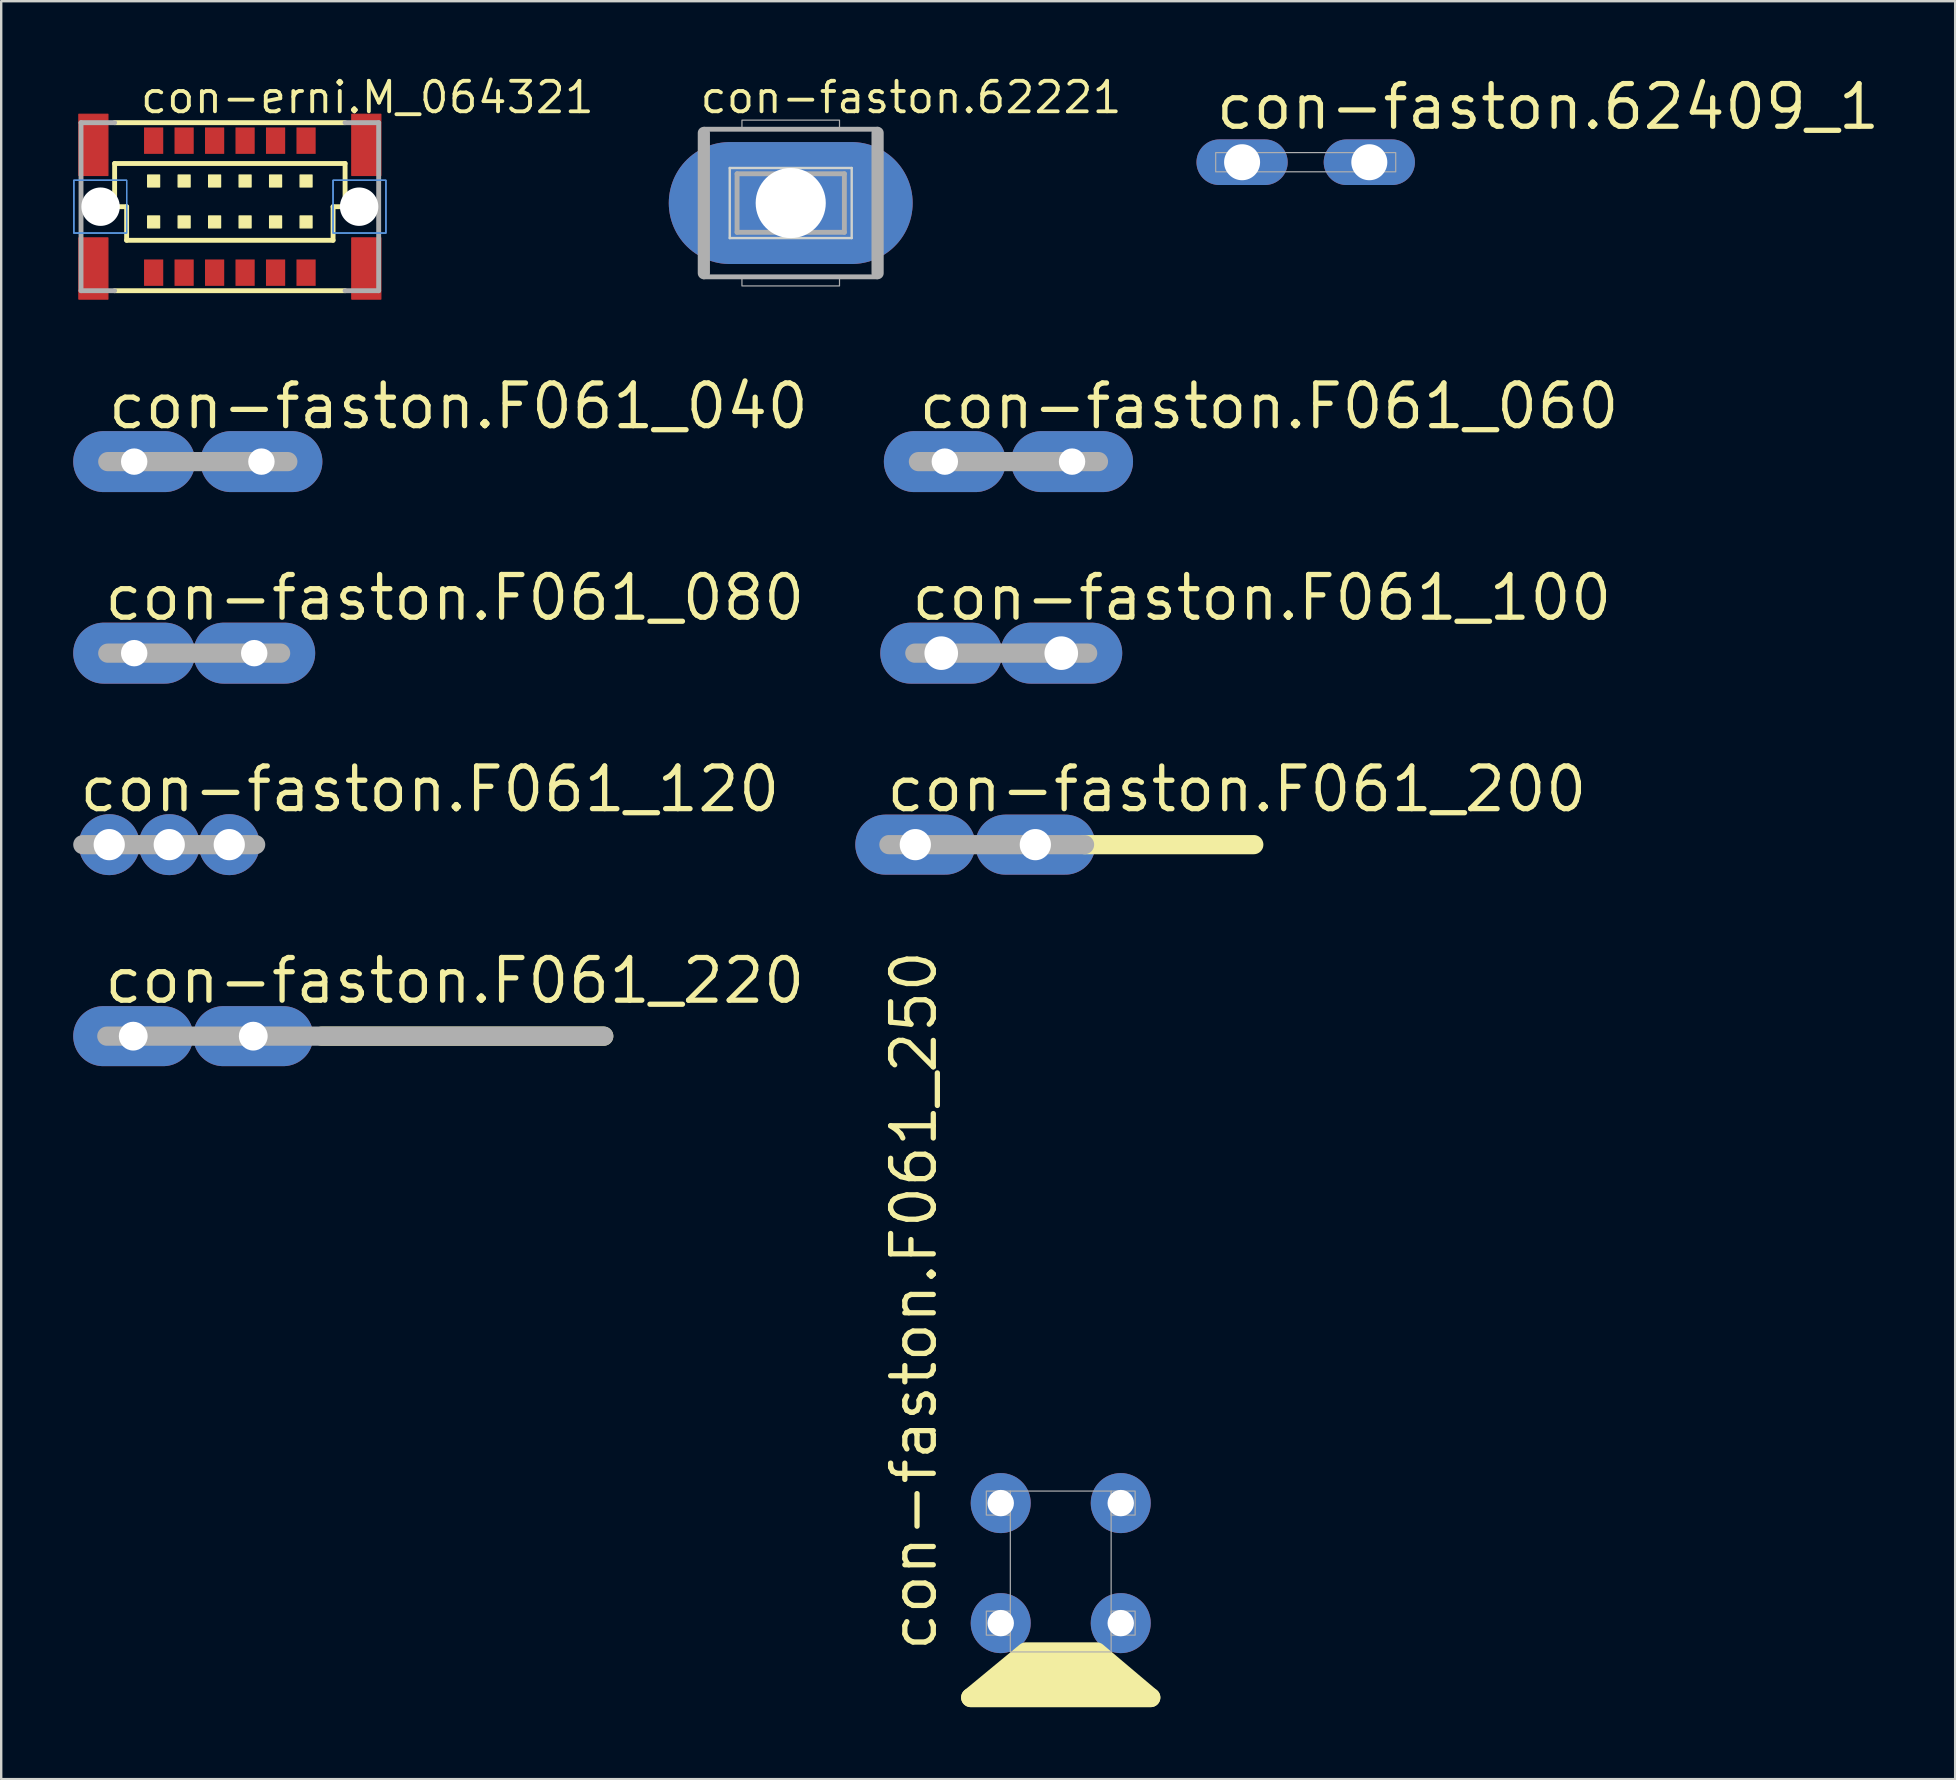
<source format=kicad_pcb>
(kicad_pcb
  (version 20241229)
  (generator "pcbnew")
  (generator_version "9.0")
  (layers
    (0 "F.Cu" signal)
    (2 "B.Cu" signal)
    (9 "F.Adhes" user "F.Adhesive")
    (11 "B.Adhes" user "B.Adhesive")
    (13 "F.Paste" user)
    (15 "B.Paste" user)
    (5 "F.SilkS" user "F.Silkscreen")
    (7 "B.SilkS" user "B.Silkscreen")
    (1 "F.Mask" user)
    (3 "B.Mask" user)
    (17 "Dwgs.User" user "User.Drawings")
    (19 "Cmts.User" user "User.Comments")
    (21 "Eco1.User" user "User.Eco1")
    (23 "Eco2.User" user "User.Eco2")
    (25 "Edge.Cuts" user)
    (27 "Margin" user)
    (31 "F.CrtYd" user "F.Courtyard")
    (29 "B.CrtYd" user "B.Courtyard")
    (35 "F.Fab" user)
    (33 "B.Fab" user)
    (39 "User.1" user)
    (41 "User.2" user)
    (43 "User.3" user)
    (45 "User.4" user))
  (footprint "con-faston.F061_100"
    (layer "F.Cu")
    (at 38.66 24.159)
    (property "Reference" "con-faston.F061_100" (at -3.85 -1.27 0) (layer "F.SilkS") (effects (font (size 1.778 1.778) (thickness 0.22)) (justify left bottom)))
    (attr through_hole)
    (fp_line (start -3.6 0) (end 3.6 0) (stroke (width 0.8) (type default)) (layer "F.Fab"))
    (pad "A1" thru_hole oval (at -2.5 0) (size 5.08 2.54) (drill 1.4) (layers "*.Cu" "*.Mask"))
    (pad "A2" thru_hole oval (at 2.5 0) (size 5.08 2.54) (drill 1.4) (layers "*.Cu" "*.Mask")))
  (footprint "con-faston.F061_080"
    (layer "F.Cu")
    (at 5.04 24.159)
    (property "Reference" "con-faston.F061_080" (at -3.85 -1.27 0) (layer "F.SilkS") (effects (font (size 1.778 1.778) (thickness 0.22)) (justify left bottom)))
    (attr through_hole)
    (fp_line (start -3.6 0) (end 3.6 0) (stroke (width 0.8) (type default)) (layer "F.Fab"))
    (pad "1A" thru_hole oval (at -2.5 0) (size 5.08 2.54) (drill 1.1) (layers "*.Cu" "*.Mask"))
    (pad "1B" thru_hole oval (at 2.5 0) (size 5.08 2.54) (drill 1.1) (layers "*.Cu" "*.Mask")))
  (footprint "con-erni.M_064321"
    (layer "F.Cu")
    (at 6.525 5.56)
    (property "Reference" "con-erni.M_064321" (at -3.81 -3.81 0) (layer "F.SilkS") (effects (font (size 1.27 1.27) (thickness 0.16)) (justify left bottom)))
    (attr smd)
    (fp_rect (start -6.29 -1.3) (end -5.08 -3.85) (stroke (width 0.05) (type default)) (fill yes) (layer "F.Cu"))
    (fp_rect (start -6.29 3.85) (end -5.08 1.3) (stroke (width 0.05) (type default)) (fill yes) (layer "F.Cu"))
    (fp_rect (start 5.08 -1.3) (end 6.29 -3.85) (stroke (width 0.05) (type default)) (fill yes) (layer "F.Cu"))
    (fp_rect (start 5.08 3.85) (end 6.29 1.3) (stroke (width 0.05) (type default)) (fill yes) (layer "F.Cu"))
    (fp_rect (start -6.338 -1.262) (end -5.05 -3.888) (stroke (width 0.05) (type default)) (fill yes) (layer "F.Mask"))
    (fp_rect (start -6.325 3.888) (end -5.037 1.262) (stroke (width 0.05) (type default)) (fill yes) (layer "F.Mask"))
    (fp_rect (start 5.038 -1.262) (end 6.325 -3.888) (stroke (width 0.05) (type default)) (fill yes) (layer "F.Mask"))
    (fp_rect (start 5.038 3.888) (end 6.325 1.262) (stroke (width 0.05) (type default)) (fill yes) (layer "F.Mask"))
    (fp_line (start -4.8 -3.5) (end 4.8 -3.5) (stroke (width 0.203) (type default)) (layer "F.SilkS"))
    (fp_line (start -4.8 -1.8) (end 4.8 -1.8) (stroke (width 0.203) (type default)) (layer "F.SilkS"))
    (fp_line (start -4.8 0) (end -4.8 -1.8) (stroke (width 0.203) (type default)) (layer "F.SilkS"))
    (fp_line (start -4.3 0) (end -4.8 0) (stroke (width 0.203) (type default)) (layer "F.SilkS"))
    (fp_line (start -4.3 1.4) (end -4.3 0) (stroke (width 0.203) (type default)) (layer "F.SilkS"))
    (fp_line (start 4.3 0) (end 4.3 1.4) (stroke (width 0.203) (type default)) (layer "F.SilkS"))
    (fp_line (start 4.3 1.4) (end -4.3 1.4) (stroke (width 0.203) (type default)) (layer "F.SilkS"))
    (fp_line (start 4.8 -1.8) (end 4.8 0) (stroke (width 0.203) (type default)) (layer "F.SilkS"))
    (fp_line (start 4.8 0) (end 4.3 0) (stroke (width 0.203) (type default)) (layer "F.SilkS"))
    (fp_line (start 4.8 3.5) (end -4.8 3.5) (stroke (width 0.203) (type default)) (layer "F.SilkS"))
    (fp_rect (start -3.425 -0.82) (end -2.925 -1.32) (stroke (width 0.05) (type default)) (fill yes) (layer "F.SilkS"))
    (fp_rect (start -3.425 0.885) (end -2.925 0.385) (stroke (width 0.05) (type default)) (fill yes) (layer "F.SilkS"))
    (fp_rect (start -2.155 -0.82) (end -1.655 -1.32) (stroke (width 0.05) (type default)) (fill yes) (layer "F.SilkS"))
    (fp_rect (start -2.155 0.885) (end -1.655 0.385) (stroke (width 0.05) (type default)) (fill yes) (layer "F.SilkS"))
    (fp_rect (start -0.885 -0.82) (end -0.385 -1.32) (stroke (width 0.05) (type default)) (fill yes) (layer "F.SilkS"))
    (fp_rect (start -0.885 0.885) (end -0.385 0.385) (stroke (width 0.05) (type default)) (fill yes) (layer "F.SilkS"))
    (fp_rect (start 0.385 -0.82) (end 0.885 -1.32) (stroke (width 0.05) (type default)) (fill yes) (layer "F.SilkS"))
    (fp_rect (start 0.385 0.885) (end 0.885 0.385) (stroke (width 0.05) (type default)) (fill yes) (layer "F.SilkS"))
    (fp_rect (start 1.655 -0.82) (end 2.155 -1.32) (stroke (width 0.05) (type default)) (fill yes) (layer "F.SilkS"))
    (fp_rect (start 1.655 0.885) (end 2.155 0.385) (stroke (width 0.05) (type default)) (fill yes) (layer "F.SilkS"))
    (fp_rect (start 2.925 -0.82) (end 3.425 -1.32) (stroke (width 0.05) (type default)) (fill yes) (layer "F.SilkS"))
    (fp_rect (start 2.925 0.885) (end 3.425 0.385) (stroke (width 0.05) (type default)) (fill yes) (layer "F.SilkS"))
    (fp_rect (start -6.25 -1.337) (end -5.112 -3.812) (stroke (width 0.05) (type default)) (fill yes) (layer "F.Paste"))
    (fp_rect (start -6.25 3.812) (end -5.112 1.337) (stroke (width 0.05) (type default)) (fill yes) (layer "F.Paste"))
    (fp_rect (start 5.113 -1.337) (end 6.25 -3.812) (stroke (width 0.05) (type default)) (fill yes) (layer "F.Paste"))
    (fp_rect (start 5.113 3.825) (end 6.25 1.35) (stroke (width 0.05) (type default)) (fill yes) (layer "F.Paste"))
    (fp_rect (start -6.5 1.1) (end -4.3 -1.1) (stroke (width 0.05) (type default)) (fill no) (layer "Cmts.User"))
    (fp_rect (start -6.5 1.1) (end -4.3 -1.1) (stroke (width 0.05) (type default)) (fill no) (layer "Cmts.User"))
    (fp_rect (start -6.5 1.1) (end -4.3 -1.1) (stroke (width 0.05) (type default)) (fill no) (layer "Cmts.User"))
    (fp_rect (start 4.3 1.1) (end 6.5 -1.1) (stroke (width 0.05) (type default)) (fill no) (layer "Cmts.User"))
    (fp_rect (start 4.3 1.1) (end 6.5 -1.1) (stroke (width 0.05) (type default)) (fill no) (layer "Cmts.User"))
    (fp_rect (start 4.3 1.1) (end 6.5 -1.1) (stroke (width 0.05) (type default)) (fill no) (layer "Cmts.User"))
    (fp_line (start -6.2 -3.5) (end -4.8 -3.5) (stroke (width 0.203) (type default)) (layer "F.Fab"))
    (fp_line (start -6.2 3.5) (end -6.2 -3.5) (stroke (width 0.203) (type default)) (layer "F.Fab"))
    (fp_line (start -4.8 3.5) (end -6.2 3.5) (stroke (width 0.203) (type default)) (layer "F.Fab"))
    (fp_line (start 4.8 -3.5) (end 6.2 -3.5) (stroke (width 0.203) (type default)) (layer "F.Fab"))
    (fp_line (start 6.2 -3.5) (end 6.2 3.5) (stroke (width 0.203) (type default)) (layer "F.Fab"))
    (fp_line (start 6.2 3.5) (end 4.8 3.5) (stroke (width 0.203) (type default)) (layer "F.Fab"))
    (pad "" np_thru_hole circle (at -5.385 0) (size 1.6 1.6) (drill 1.6) (layers "*.Cu" "*.Mask"))
    (pad "" np_thru_hole circle (at 5.385 0) (size 1.6 1.6) (drill 1.6) (layers "*.Cu" "*.Mask"))
    (pad "A1" smd roundrect (at 3.175 2.75) (size 0.8 1.1) (layers "F.Cu" "F.Mask" "F.Paste") (roundrect_rratio 0.01))
    (pad "A2" smd roundrect (at 1.905 2.75) (size 0.8 1.1) (layers "F.Cu" "F.Mask" "F.Paste") (roundrect_rratio 0.01))
    (pad "A3" smd roundrect (at 0.635 2.75) (size 0.8 1.1) (layers "F.Cu" "F.Mask" "F.Paste") (roundrect_rratio 0.01))
    (pad "A4" smd roundrect (at -0.635 2.75) (size 0.8 1.1) (layers "F.Cu" "F.Mask" "F.Paste") (roundrect_rratio 0.01))
    (pad "A5" smd roundrect (at -1.905 2.75) (size 0.8 1.1) (layers "F.Cu" "F.Mask" "F.Paste") (roundrect_rratio 0.01))
    (pad "A6" smd roundrect (at -3.175 2.75) (size 0.8 1.1) (layers "F.Cu" "F.Mask" "F.Paste") (roundrect_rratio 0.01))
    (pad "B1" smd roundrect (at 3.175 -2.75) (size 0.8 1.1) (layers "F.Cu" "F.Mask" "F.Paste") (roundrect_rratio 0.01))
    (pad "B2" smd roundrect (at 1.905 -2.75) (size 0.8 1.1) (layers "F.Cu" "F.Mask" "F.Paste") (roundrect_rratio 0.01))
    (pad "B3" smd roundrect (at 0.635 -2.75) (size 0.8 1.1) (layers "F.Cu" "F.Mask" "F.Paste") (roundrect_rratio 0.01))
    (pad "B4" smd roundrect (at -0.635 -2.75) (size 0.8 1.1) (layers "F.Cu" "F.Mask" "F.Paste") (roundrect_rratio 0.01))
    (pad "B5" smd roundrect (at -1.905 -2.75) (size 0.8 1.1) (layers "F.Cu" "F.Mask" "F.Paste") (roundrect_rratio 0.01))
    (pad "B6" smd roundrect (at -3.175 -2.75) (size 0.8 1.1) (layers "F.Cu" "F.Mask" "F.Paste") (roundrect_rratio 0.01)))
  (footprint "con-faston.62221"
    (layer "F.Cu")
    (at 29.89 5.408)
    (property "Reference" "con-faston.62221" (at -3.861 -3.658 0) (layer "F.SilkS") (effects (font (size 1.27 1.27) (thickness 0.16)) (justify left bottom)))
    (attr through_hole)
    (fp_line (start -2.54 -1.46) (end 2.54 -1.46) (stroke (width 0.1) (type default)) (layer "Edge.Cuts"))
    (fp_line (start -2.54 1.46) (end -2.54 -1.46) (stroke (width 0.1) (type default)) (layer "Edge.Cuts"))
    (fp_line (start 2.54 -1.46) (end 2.54 1.46) (stroke (width 0.1) (type default)) (layer "Edge.Cuts"))
    (fp_line (start 2.54 1.46) (end -2.54 1.46) (stroke (width 0.1) (type default)) (layer "Edge.Cuts"))
    (fp_line (start -3.619 -2.921) (end -3.619 2.921) (stroke (width 0.508) (type default)) (layer "F.Fab"))
    (fp_line (start -3.6 -3.075) (end 3.625 -3.075) (stroke (width 0.203) (type default)) (layer "F.Fab"))
    (fp_line (start -2.235 -1.219) (end -2.235 1.219) (stroke (width 0.203) (type default)) (layer "F.Fab"))
    (fp_line (start -2.235 -1.219) (end 2.235 -1.219) (stroke (width 0.203) (type default)) (layer "F.Fab"))
    (fp_line (start 2.235 1.219) (end -2.235 1.219) (stroke (width 0.203) (type default)) (layer "F.Fab"))
    (fp_line (start 2.235 1.219) (end 2.235 -1.219) (stroke (width 0.203) (type default)) (layer "F.Fab"))
    (fp_line (start 3.6 3.075) (end -3.625 3.075) (stroke (width 0.203) (type default)) (layer "F.Fab"))
    (fp_line (start 3.619 2.921) (end 3.619 -2.921) (stroke (width 0.508) (type default)) (layer "F.Fab"))
    (fp_rect (start -2.032 -3.048) (end 2.032 -3.454) (stroke (width 0.05) (type default)) (fill no) (layer "F.Fab"))
    (fp_rect (start -2.032 3.454) (end 2.032 3.048) (stroke (width 0.05) (type default)) (fill no) (layer "F.Fab"))
    (pad "1" thru_hole oval (at 0 0) (size 10.16 5.08) (drill 2.921) (layers "*.Cu" "*.Mask")))
  (footprint "con-faston.F061_200"
    (layer "F.Cu")
    (at 37.58 32.136)
    (property "Reference" "con-faston.F061_200" (at -3.81 -1.27 0) (layer "F.SilkS") (effects (font (size 1.778 1.778) (thickness 0.22)) (justify left bottom)))
    (attr through_hole)
    (fp_line (start 4.55 0) (end 11.6 0) (stroke (width 0.8) (type default)) (layer "F.SilkS"))
    (fp_line (start -3.6 0) (end 4.55 0) (stroke (width 0.8) (type default)) (layer "F.Fab"))
    (pad "1A" thru_hole oval (at -2.5 0) (size 5 2.5) (drill 1.3) (layers "*.Cu" "*.Mask"))
    (pad "1B" thru_hole oval (at 2.5 0) (size 5 2.5) (drill 1.3) (layers "*.Cu" "*.Mask")))
  (footprint "con-faston.F061_040"
    (layer "F.Cu")
    (at 5.19 16.18)
    (property "Reference" "con-faston.F061_040" (at -3.85 -1.27 0) (layer "F.SilkS") (effects (font (size 1.778 1.778) (thickness 0.22)) (justify left bottom)))
    (attr through_hole)
    (fp_line (start -3.75 0) (end 3.75 0) (stroke (width 0.8) (type default)) (layer "F.Fab"))
    (pad "A1" thru_hole oval (at -2.65 0) (size 5.08 2.54) (drill 1.1) (layers "*.Cu" "*.Mask"))
    (pad "A2" thru_hole oval (at 2.65 0) (size 5.08 2.54) (drill 1.1) (layers "*.Cu" "*.Mask")))
  (footprint "con-faston.F061_220"
    (layer "F.Cu")
    (at 5 40.114)
    (property "Reference" "con-faston.F061_220" (at -3.81 -1.27 0) (layer "F.SilkS") (effects (font (size 1.778 1.778) (thickness 0.22)) (justify left bottom)))
    (attr through_hole)
    (fp_line (start 5.35 0) (end 17.1 0) (stroke (width 0.8) (type default)) (layer "F.SilkS"))
    (fp_line (start -3.6 0) (end 17.1 0) (stroke (width 0.8) (type default)) (layer "F.Fab"))
    (pad "1A" thru_hole oval (at -2.5 0) (size 5 2.5) (drill 1.2) (layers "*.Cu" "*.Mask"))
    (pad "1B" thru_hole oval (at 2.5 0) (size 5 2.5) (drill 1.2) (layers "*.Cu" "*.Mask")))
  (footprint "con-faston.F061_250"
    (layer "F.Cu")
    (at 41.138 64.566)
    (property "Reference" "con-faston.F061_250" (at -5.08 1.27 90) (layer "F.SilkS") (effects (font (size 1.778 1.778) (thickness 0.22)) (justify left bottom)))
    (attr through_hole)
    (fp_line (start -3.75 3.1) (end 3.75 3.1) (stroke (width 0.8) (type default)) (layer "F.SilkS"))
    (fp_poly (pts (xy 3.75 3.1) (xy 1.5 1.2) (xy -1.45 1.2) (xy -3.75 3.1)) (stroke (width 0.8) (type default)) (fill yes) (layer "F.SilkS"))
    (fp_rect (start -3.1 -4.5) (end -2.1 -5.5) (stroke (width 0.05) (type default)) (fill no) (layer "F.Fab"))
    (fp_rect (start -3.1 0.5) (end -2.1 -0.5) (stroke (width 0.05) (type default)) (fill no) (layer "F.Fab"))
    (fp_rect (start -2.1 1.2) (end 2.1 -5.5) (stroke (width 0.05) (type default)) (fill no) (layer "F.Fab"))
    (fp_rect (start 2.1 -4.5) (end 3.1 -5.5) (stroke (width 0.05) (type default)) (fill no) (layer "F.Fab"))
    (fp_rect (start 2.1 0.5) (end 3.1 -0.5) (stroke (width 0.05) (type default)) (fill no) (layer "F.Fab"))
    (pad "1A" thru_hole circle (at -2.5 0) (size 2.5 2.5) (drill 1.1) (layers "*.Cu" "*.Mask"))
    (pad "1B" thru_hole circle (at 2.5 0) (size 2.5 2.5) (drill 1.1) (layers "*.Cu" "*.Mask"))
    (pad "1C" thru_hole circle (at -2.5 -5) (size 2.5 2.5) (drill 1.1) (layers "*.Cu" "*.Mask"))
    (pad "1D" thru_hole circle (at 2.5 -5) (size 2.5 2.5) (drill 1.1) (layers "*.Cu" "*.Mask")))
  (footprint "con-faston.62409_1"
    (layer "F.Cu")
    (at 51.343 3.708)
    (property "Reference" "con-faston.62409_1" (at -3.85 -1.27 0) (layer "F.SilkS") (effects (font (size 1.778 1.778) (thickness 0.22)) (justify left bottom)))
    (attr through_hole)
    (fp_rect (start -3.75 0.4) (end 3.75 -0.4) (stroke (width 0.05) (type default)) (fill no) (layer "F.Fab"))
    (pad "A1" thru_hole oval (at -2.65 0) (size 3.8 1.9) (drill 1.5) (layers "*.Cu" "*.Mask"))
    (pad "A2" thru_hole oval (at 2.65 0) (size 3.8 1.9) (drill 1.5) (layers "*.Cu" "*.Mask")))
  (footprint "con-faston.F061_120"
    (layer "F.Cu")
    (at 4 32.136)
    (property "Reference" "con-faston.F061_120" (at -3.85 -1.27 0) (layer "F.SilkS") (effects (font (size 1.778 1.778) (thickness 0.22)) (justify left bottom)))
    (attr through_hole)
    (fp_line (start -3.6 0) (end 3.6 0) (stroke (width 0.8) (type default)) (layer "F.Fab"))
    (pad "1A" thru_hole circle (at -2.5 0) (size 2.54 2.54) (drill 1.3) (layers "*.Cu" "*.Mask"))
    (pad "1B" thru_hole circle (at 0 0) (size 2.54 2.54) (drill 1.3) (layers "*.Cu" "*.Mask"))
    (pad "1C" thru_hole circle (at 2.5 0) (size 2.54 2.54) (drill 1.3) (layers "*.Cu" "*.Mask")))
  (footprint "con-faston.F061_060"
    (layer "F.Cu")
    (at 38.96 16.18)
    (property "Reference" "con-faston.F061_060" (at -3.85 -1.27 0) (layer "F.SilkS") (effects (font (size 1.778 1.778) (thickness 0.22)) (justify left bottom)))
    (attr through_hole)
    (fp_line (start -3.75 0) (end 3.75 0) (stroke (width 0.8) (type default)) (layer "F.Fab"))
    (pad "A1" thru_hole oval (at -2.65 0) (size 5.08 2.54) (drill 1.1) (layers "*.Cu" "*.Mask"))
    (pad "A2" thru_hole oval (at 2.65 0) (size 5.08 2.54) (drill 1.1) (layers "*.Cu" "*.Mask")))
  (gr_rect
    (start -3 -3)
    (end 78.399 71.066)
    (stroke (width 0.1) (type default))
    (fill no)
    (layer "Edge.Cuts")))
</source>
